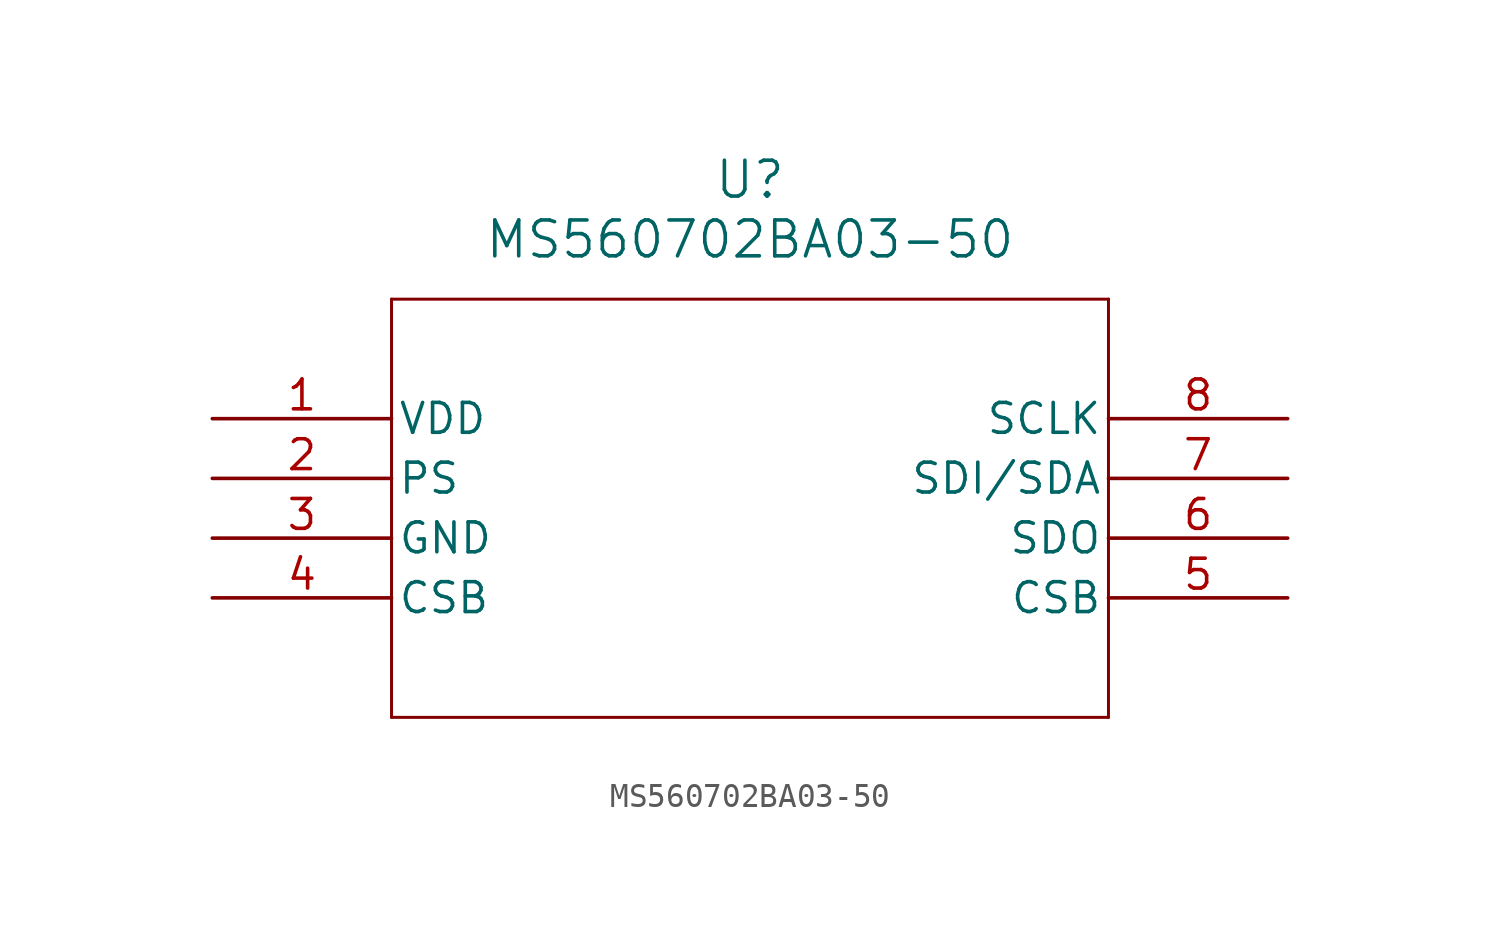
<source format=kicad_sym>
(kicad_symbol_lib
  (version 20211014)
  (generator kicad_symbol_editor)
  (symbol "MS560702BA03-50"
    (pin_names
      (offset 0.254))
    (property "Reference" "U"
      (at 0 15.24 0)
      (effects (font (size 1.524 1.524))))
    (property "Value" "MS560702BA03-50"
      (at 0 12.7 0)
      (effects (font (size 1.524 1.524))))
    (symbol "MS560702BA03-50_0_1"
      (polyline (pts (xy -15.24 10.16) (xy -15.24 -7.62)) (stroke (width 0.127) (type default) (color 0 0 0 0)) (fill (type none)))
      (polyline (pts (xy -15.24 -7.62) (xy 15.24 -7.62)) (stroke (width 0.127) (type default) (color 0 0 0 0)) (fill (type none)))
      (polyline (pts (xy 15.24 -7.62) (xy 15.24 10.16)) (stroke (width 0.127) (type default) (color 0 0 0 0)) (fill (type none)))
      (polyline (pts (xy 15.24 10.16) (xy -15.24 10.16)) (stroke (width 0.127) (type default) (color 0 0 0 0)) (fill (type none)))
      (pin power_in line (at -22.86 5.08 0) (length 7.62) (name "VDD" (effects (font (size 1.27 1.27)))) (number "1" (effects (font (size 1.27 1.27)))))
      (pin input line (at -22.86 2.54 0) (length 7.62) (name "PS" (effects (font (size 1.27 1.27)))) (number "2" (effects (font (size 1.27 1.27)))))
      (pin power_out line (at -22.86 0 0) (length 7.62) (name "GND" (effects (font (size 1.27 1.27)))) (number "3" (effects (font (size 1.27 1.27)))))
      (pin input line (at -22.86 -2.54 0) (length 7.62) (name "CSB" (effects (font (size 1.27 1.27)))) (number "4" (effects (font (size 1.27 1.27)))))
      (pin input line (at 22.86 -2.54 180) (length 7.62) (name "CSB" (effects (font (size 1.27 1.27)))) (number "5" (effects (font (size 1.27 1.27)))))
      (pin output line (at 22.86 0 180) (length 7.62) (name "SDO" (effects (font (size 1.27 1.27)))) (number "6" (effects (font (size 1.27 1.27)))))
      (pin bidirectional line (at 22.86 2.54 180) (length 7.62) (name "SDI/SDA" (effects (font (size 1.27 1.27)))) (number "7" (effects (font (size 1.27 1.27)))))
      (pin input line (at 22.86 5.08 180) (length 7.62) (name "SCLK" (effects (font (size 1.27 1.27)))) (number "8" (effects (font (size 1.27 1.27))))))))
</source>
